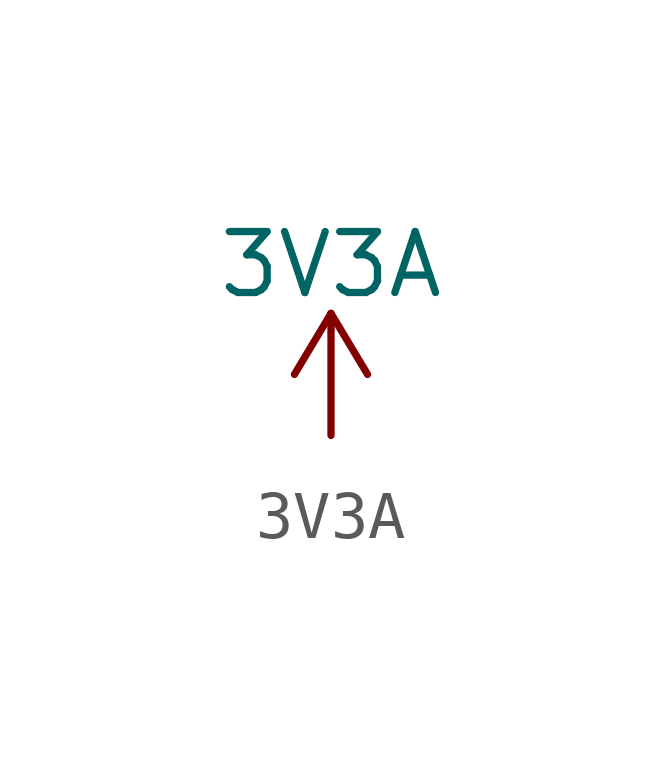
<source format=kicad_sym>
(kicad_symbol_lib
  (version 20211014)
  (generator kicad_symbol_editor)
  (symbol "3V3A"
    (power)
    (pin_names
      (offset 0))
    (property "Reference" "#PWR"
      (at 0 -3.81 0)
      (effects (font (size 1.27 1.27)) hide))
    (property "Value" "3V3A"
      (at 0 3.556 0)
      (effects (font (size 1.27 1.27))))
    (symbol "3V3A_0_1"
      (polyline (pts (xy -0.762 1.27) (xy 0 2.54)) (stroke (width 0) (type default) (color 0 0 0 0)) (fill (type none)))
      (polyline (pts (xy 0 0) (xy 0 2.54)) (stroke (width 0) (type default) (color 0 0 0 0)) (fill (type none)))
      (polyline (pts (xy 0 2.54) (xy 0.762 1.27)) (stroke (width 0) (type default) (color 0 0 0 0)) (fill (type none))))
    (symbol "3V3A_1_1"
      (pin power_in line (at 0 0 90) (length 0) hide (name "3V3A" (effects (font (size 1.27 1.27)))) (number "1" (effects (font (size 1.27 1.27))))))))
</source>
